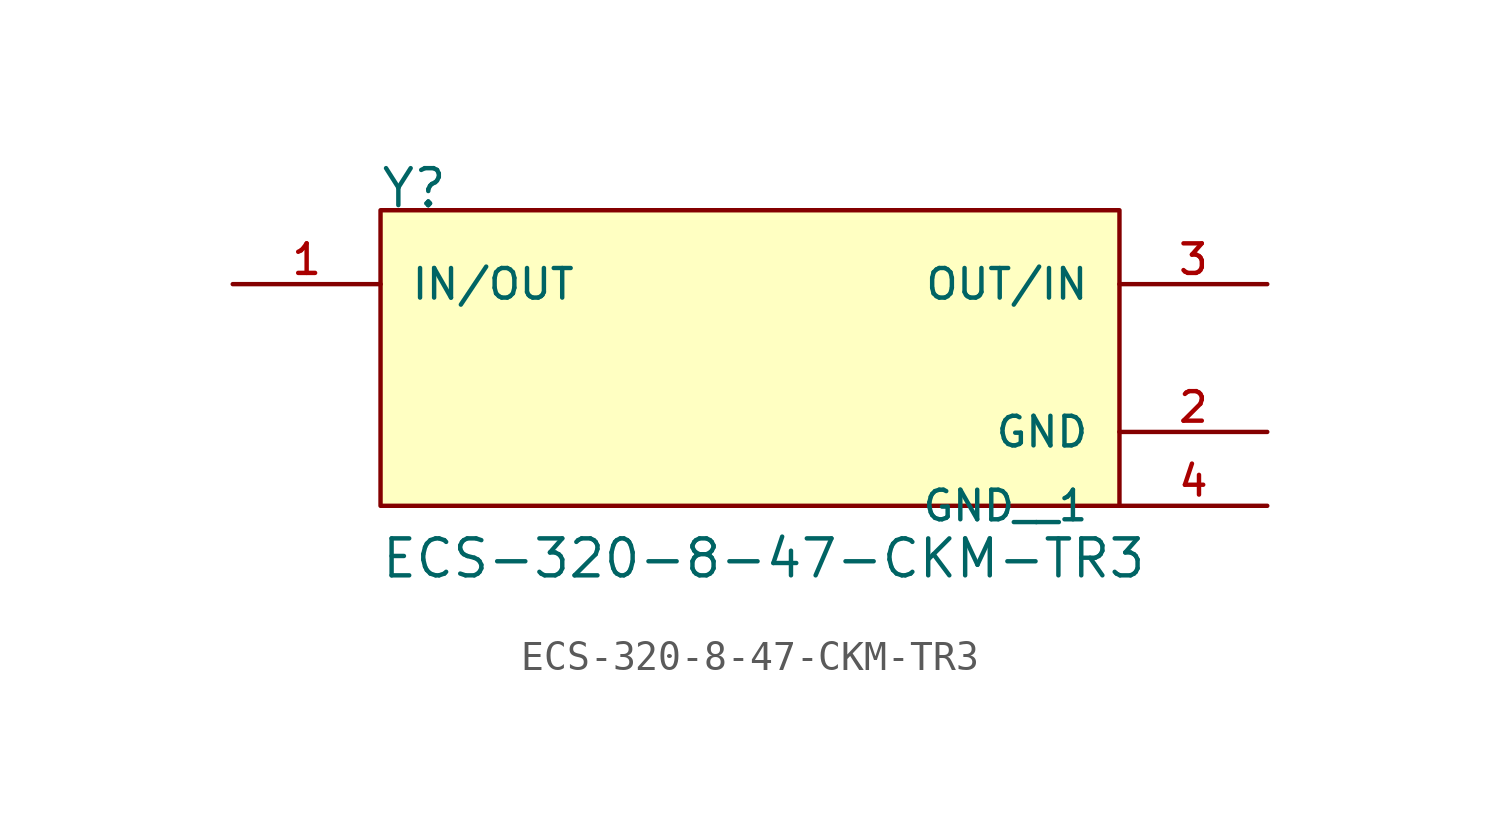
<source format=kicad_sym>
(kicad_symbol_lib
  (version 20211014)
  (generator kicad_symbol_editor)
  (symbol "ECS-320-8-47-CKM-TR3"
    (pin_names
      (offset 1.016))
    (property "Reference" "Y"
      (at -12.732 5.093 0)
      (effects (font (size 1.27 1.27)) (justify bottom left)))
    (property "Value" "ECS-320-8-47-CKM-TR3"
      (at -12.722 -7.633 0)
      (effects (font (size 1.27 1.27)) (justify bottom left)))
    (symbol "ECS-320-8-47-CKM-TR3_0_0"
      (rectangle (start -12.7 -5.08) (end 12.7 5.08) (stroke (width 0.152)) (fill (type background)))
      (pin bidirectional line (at -17.78 2.54 0) (length 5.08) (name "IN/OUT" (effects (font (size 1.016 1.016)))) (number "1" (effects (font (size 1.016 1.016)))))
      (pin bidirectional line (at 17.78 2.54 180.0) (length 5.08) (name "OUT/IN" (effects (font (size 1.016 1.016)))) (number "3" (effects (font (size 1.016 1.016)))))
      (pin power_in line (at 17.78 -2.54 180.0) (length 5.08) (name "GND" (effects (font (size 1.016 1.016)))) (number "2" (effects (font (size 1.016 1.016)))))
      (pin power_in line (at 17.78 -5.08 180.0) (length 5.08) (name "GND__1" (effects (font (size 1.016 1.016)))) (number "4" (effects (font (size 1.016 1.016))))))))
</source>
